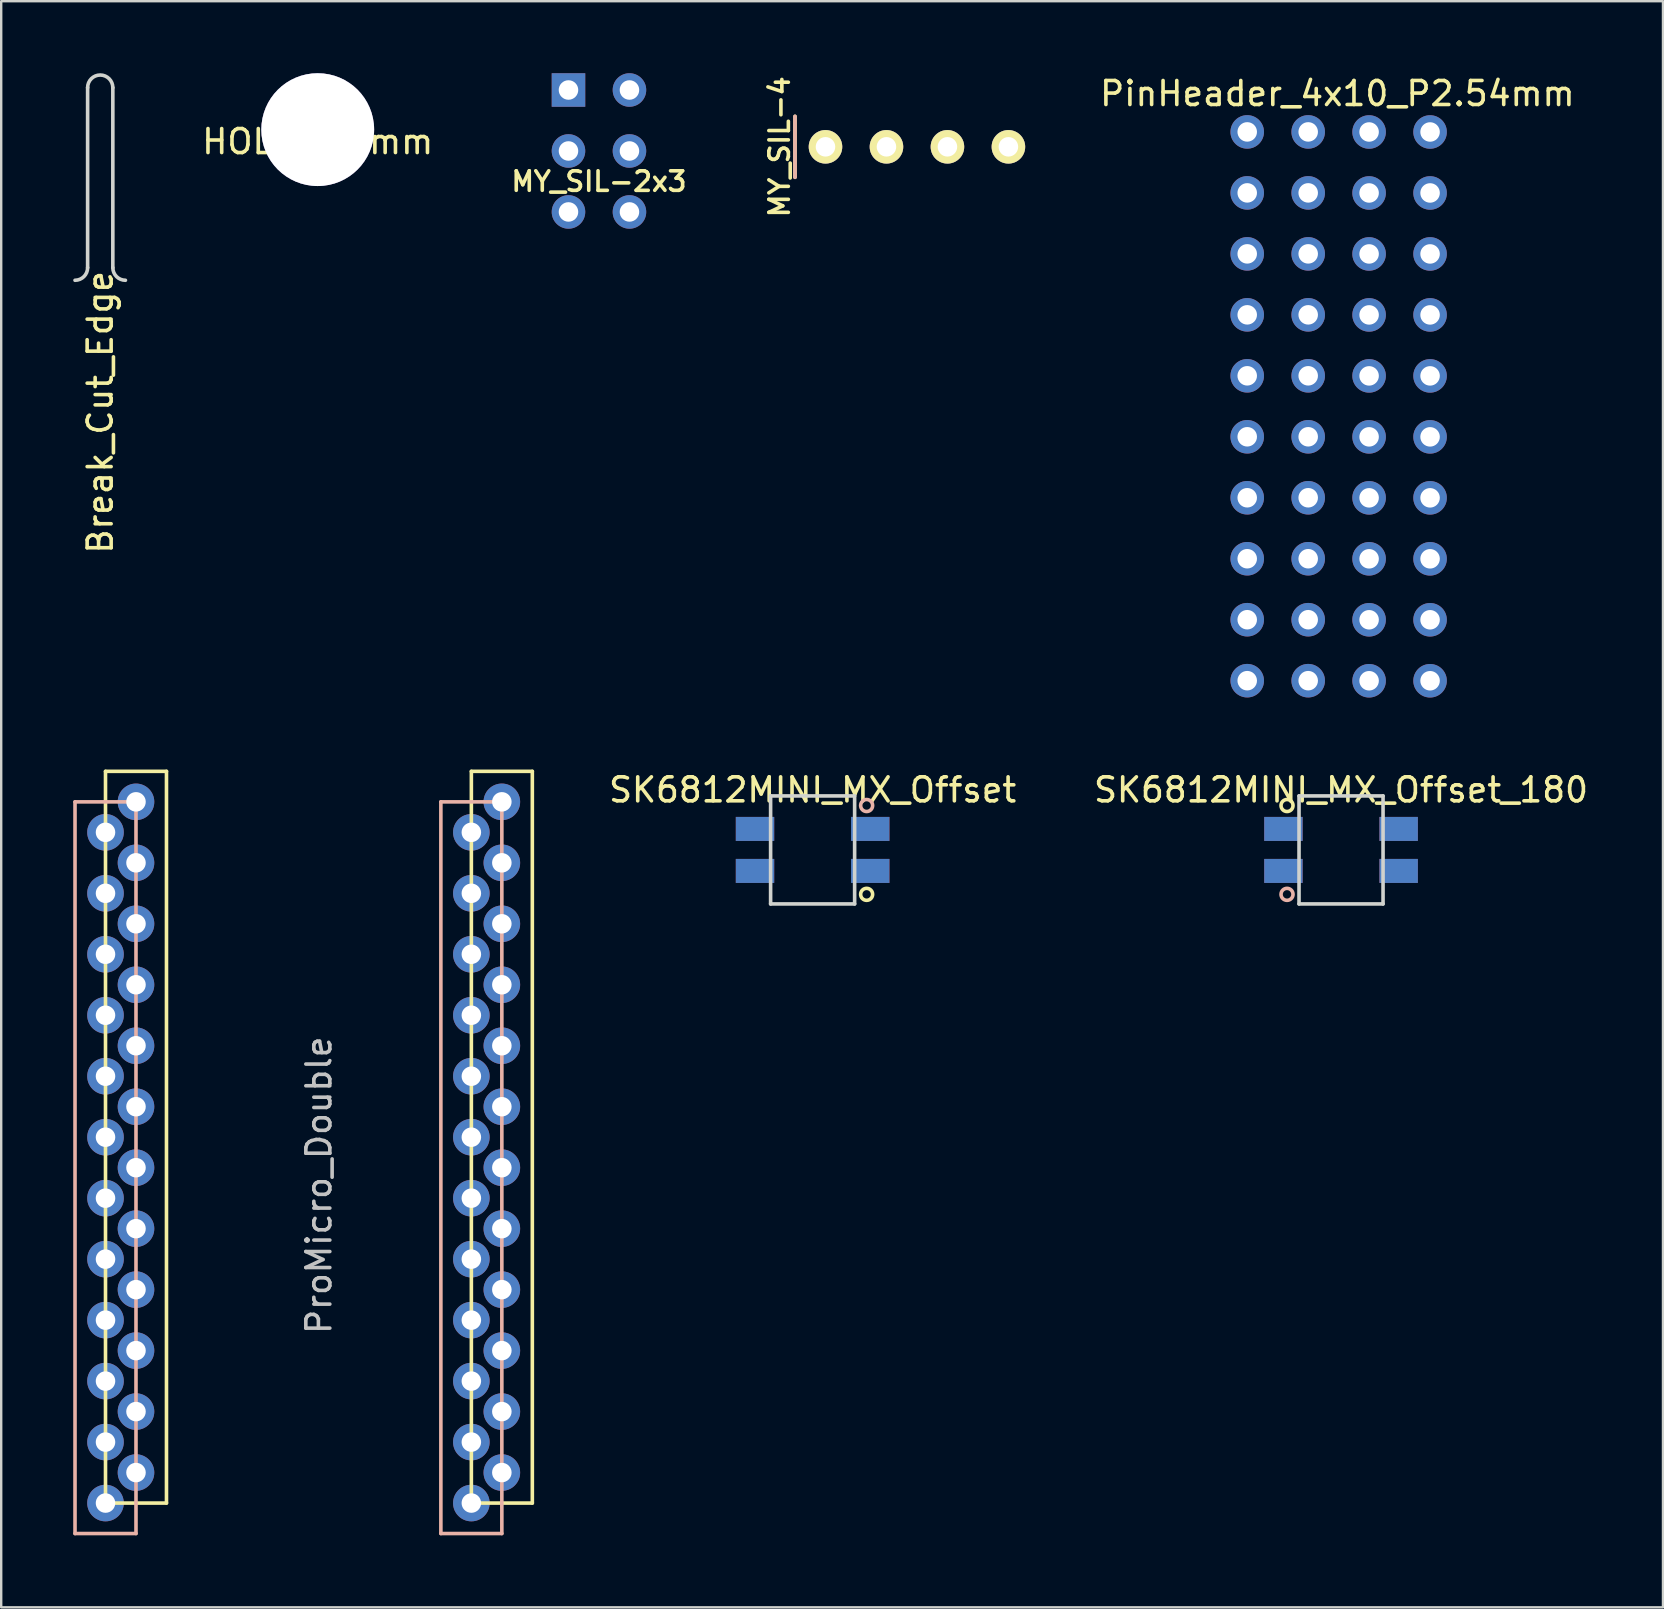
<source format=kicad_pcb>
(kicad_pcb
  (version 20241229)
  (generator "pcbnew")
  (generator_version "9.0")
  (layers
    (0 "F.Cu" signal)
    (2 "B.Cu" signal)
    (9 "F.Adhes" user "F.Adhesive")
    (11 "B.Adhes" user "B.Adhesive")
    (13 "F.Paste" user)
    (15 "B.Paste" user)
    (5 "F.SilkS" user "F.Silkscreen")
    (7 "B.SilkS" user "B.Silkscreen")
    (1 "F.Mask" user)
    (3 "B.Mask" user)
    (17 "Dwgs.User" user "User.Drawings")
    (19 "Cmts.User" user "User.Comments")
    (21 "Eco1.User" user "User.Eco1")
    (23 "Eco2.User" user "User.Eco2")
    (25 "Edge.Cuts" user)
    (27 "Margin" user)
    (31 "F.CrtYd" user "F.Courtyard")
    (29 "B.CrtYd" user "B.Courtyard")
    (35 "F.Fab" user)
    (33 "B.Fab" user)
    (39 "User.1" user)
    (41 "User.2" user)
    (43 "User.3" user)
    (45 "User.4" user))
  (footprint "HOLE_4.7mm"
    (layer "F.Cu")
    (at 10.185 2.35)
    (property "Reference" "HOLE_4.7mm" (at 0 0.5 0) (layer "F.SilkS") (effects (font (size 1 1) (thickness 0.15))))
    (attr through_hole)
    (pad "hole" thru_hole circle (at 0 0) (size 4.7 4.7) (drill 4.7) (layers "*.Cu" "*.Mask")))
  (footprint "Break_Cut_Edge"
    (layer "F.Cu")
    (at 1.125 8.625)
    (property "Reference" "Break_Cut_Edge" (at 0 5.5 90) (layer "F.SilkS") (effects (font (size 1 1) (thickness 0.15))))
    (attr through_hole)
    (fp_line (start -0.525 -8.025) (end -0.525 -0.525) (stroke (width 0.15) (type solid)) (layer "Edge.Cuts"))
    (fp_line (start 0.525 -0.525) (end 0.525 -8.025) (stroke (width 0.15) (type solid)) (layer "Edge.Cuts"))
    (fp_arc (start -0.525 -8.025) (mid 0 -8.55) (end 0.525 -8.025) (stroke (width 0.15) (type solid)) (layer "Edge.Cuts"))
    (fp_arc (start -0.525 -0.525) (mid -0.678769 -0.153769) (end -1.05 0) (stroke (width 0.15) (type solid)) (layer "Edge.Cuts"))
    (fp_arc (start 1.05 0) (mid 0.678769 -0.153769) (end 0.525 -0.525) (stroke (width 0.15) (type solid)) (layer "Edge.Cuts")))
  (footprint "MY_SIL-4"
    (layer "F.Cu")
    (at 31.337 3.066)
    (property "Reference" "MY_SIL-4" (at -1.915 0 90) (layer "F.SilkS") (effects (font (size 0.813 0.813) (thickness 0.15))))
    (attr through_hole)
    (fp_line (start -1.27 1.27) (end -1.27 -1.27) (stroke (width 0.15) (type solid)) (layer "F.SilkS"))
    (fp_line (start -1.27 1.27) (end -1.27 -1.27) (stroke (width 0.15) (type solid)) (layer "B.SilkS"))
    (pad "1" thru_hole circle (at 0 0) (size 1.397 1.397) (drill 0.813) (layers "*.Cu" "*.Mask" "F.SilkS"))
    (pad "2" thru_hole circle (at 2.54 0) (size 1.397 1.397) (drill 0.813) (layers "*.Cu" "*.Mask" "F.SilkS"))
    (pad "3" thru_hole circle (at 5.08 0) (size 1.397 1.397) (drill 0.813) (layers "*.Cu" "*.Mask" "F.SilkS"))
    (pad "4" thru_hole circle (at 7.62 0) (size 1.397 1.397) (drill 0.813) (layers "*.Cu" "*.Mask" "F.SilkS")))
  (footprint "MY_SIL-2x3"
    (layer "F.Cu")
    (at 21.901 3.239)
    (property "Reference" "MY_SIL-2x3" (at 0 1.27 0) (layer "F.SilkS") (effects (font (size 0.813 0.813) (thickness 0.15))))
    (attr through_hole)
    (pad "1" thru_hole rect (at -1.27 -2.54) (size 1.397 1.397) (drill 0.813) (layers "*.Cu" "*.Mask"))
    (pad "2" thru_hole circle (at 1.27 -2.54) (size 1.397 1.397) (drill 0.813) (layers "*.Cu" "*.Mask"))
    (pad "3" thru_hole circle (at -1.27 0) (size 1.397 1.397) (drill 0.813) (layers "*.Cu" "*.Mask"))
    (pad "4" thru_hole circle (at 1.27 0) (size 1.397 1.397) (drill 0.813) (layers "*.Cu" "*.Mask"))
    (pad "5" thru_hole circle (at -1.27 2.54) (size 1.397 1.397) (drill 0.813) (layers "*.Cu" "*.Mask"))
    (pad "6" thru_hole circle (at 1.27 2.54) (size 1.397 1.397) (drill 0.813) (layers "*.Cu" "*.Mask")))
  (footprint "SK6812MINI_MX_Offset"
    (layer "F.Cu")
    (at 30.801 37.356)
    (property "Reference" "SK6812MINI_MX_Offset" (at 0 -7.501 0) (layer "F.SilkS") (effects (font (size 1 1) (thickness 0.15))))
    (attr through_hole)
    (fp_circle (center 2.25 -3.151) (end 2.25 -3.401) (stroke (width 0.15) (type solid)) (fill no) (layer "F.SilkS"))
    (fp_circle (center 2.25 -6.851) (end 2.25 -7.101) (stroke (width 0.15) (type solid)) (fill no) (layer "B.SilkS"))
    (fp_line (start -1.75 -7.251) (end -1.75 -2.751) (stroke (width 0.15) (type solid)) (layer "Edge.Cuts"))
    (fp_line (start -1.75 -7.251) (end 1.75 -7.251) (stroke (width 0.15) (type solid)) (layer "Edge.Cuts"))
    (fp_line (start 1.75 -7.251) (end 1.75 -2.751) (stroke (width 0.15) (type solid)) (layer "Edge.Cuts"))
    (fp_line (start 1.75 -2.751) (end -1.75 -2.751) (stroke (width 0.15) (type solid)) (layer "Edge.Cuts"))
    (pad "1" smd rect (at -2.4 -5.876) (size 1.6 1) (layers "B.Cu" "B.Mask" "B.Paste"))
    (pad "1" smd rect (at -2.4 -4.126) (size 1.6 1) (layers "F.Cu" "F.Mask" "F.Paste"))
    (pad "2" smd rect (at -2.4 -5.876) (size 1.6 1) (layers "F.Cu" "F.Mask" "F.Paste"))
    (pad "2" smd rect (at -2.4 -4.126) (size 1.6 1) (layers "B.Cu" "B.Mask" "B.Paste"))
    (pad "3" smd rect (at 2.4 -5.876) (size 1.6 1) (layers "F.Cu" "F.Mask" "F.Paste"))
    (pad "3" smd rect (at 2.4 -4.126) (size 1.6 1) (layers "B.Cu" "B.Mask" "B.Paste"))
    (pad "4" smd rect (at 2.4 -5.876) (size 1.6 1) (layers "B.Cu" "B.Mask" "B.Paste"))
    (pad "4" smd rect (at 2.4 -4.126) (size 1.6 1) (layers "F.Cu" "F.Mask" "F.Paste")))
  (footprint "ProMicro_Double"
    (layer "F.Cu")
    (at 10.235 44.322)
    (property "Reference" "ProMicro_Double" (at 0 2 270) (layer "Dwgs.User") (effects (font (size 1 1) (thickness 0.15))))
    (attr through_hole)
    (fp_line (start -8.89 -15.24) (end -6.35 -15.24) (stroke (width 0.15) (type solid)) (layer "F.SilkS"))
    (fp_line (start -8.89 15.24) (end -8.89 -15.24) (stroke (width 0.15) (type solid)) (layer "F.SilkS"))
    (fp_line (start -6.35 -15.24) (end -6.35 15.24) (stroke (width 0.15) (type solid)) (layer "F.SilkS"))
    (fp_line (start -6.35 15.24) (end -8.89 15.24) (stroke (width 0.15) (type solid)) (layer "F.SilkS"))
    (fp_line (start 6.35 -15.24) (end 8.89 -15.24) (stroke (width 0.15) (type solid)) (layer "F.SilkS"))
    (fp_line (start 6.35 15.24) (end 6.35 -15.24) (stroke (width 0.15) (type solid)) (layer "F.SilkS"))
    (fp_line (start 8.89 -15.24) (end 8.89 15.24) (stroke (width 0.15) (type solid)) (layer "F.SilkS"))
    (fp_line (start 8.89 15.24) (end 6.35 15.24) (stroke (width 0.15) (type solid)) (layer "F.SilkS"))
    (fp_line (start -10.16 -13.97) (end -7.62 -13.97) (stroke (width 0.15) (type solid)) (layer "B.SilkS"))
    (fp_line (start -10.16 16.51) (end -10.16 -13.97) (stroke (width 0.15) (type solid)) (layer "B.SilkS"))
    (fp_line (start -7.62 -13.97) (end -7.62 16.51) (stroke (width 0.15) (type solid)) (layer "B.SilkS"))
    (fp_line (start -7.62 16.51) (end -10.16 16.51) (stroke (width 0.15) (type solid)) (layer "B.SilkS"))
    (fp_line (start 5.08 -13.97) (end 7.62 -13.97) (stroke (width 0.15) (type solid)) (layer "B.SilkS"))
    (fp_line (start 5.08 16.51) (end 5.08 -13.97) (stroke (width 0.15) (type solid)) (layer "B.SilkS"))
    (fp_line (start 7.62 -13.97) (end 7.62 16.51) (stroke (width 0.15) (type solid)) (layer "B.SilkS"))
    (fp_line (start 7.62 16.51) (end 5.08 16.51) (stroke (width 0.15) (type solid)) (layer "B.SilkS"))
    (pad "1" thru_hole circle (at -8.89 -12.7) (size 1.524 1.524) (drill 0.813) (layers "*.Cu" "*.Mask"))
    (pad "1" thru_hole circle (at 7.62 -13.97) (size 1.524 1.524) (drill 0.813) (layers "*.Cu" "*.Mask"))
    (pad "2" thru_hole circle (at -8.89 -10.16) (size 1.524 1.524) (drill 0.813) (layers "*.Cu" "*.Mask"))
    (pad "2" thru_hole circle (at 7.62 -11.43) (size 1.524 1.524) (drill 0.813) (layers "*.Cu" "*.Mask"))
    (pad "3" thru_hole circle (at -8.89 -7.62) (size 1.524 1.524) (drill 0.813) (layers "*.Cu" "*.Mask"))
    (pad "3" thru_hole circle (at 7.62 -8.89) (size 1.524 1.524) (drill 0.813) (layers "*.Cu" "*.Mask"))
    (pad "4" thru_hole circle (at -8.89 -5.08) (size 1.524 1.524) (drill 0.813) (layers "*.Cu" "*.Mask"))
    (pad "4" thru_hole circle (at 7.62 -6.35) (size 1.524 1.524) (drill 0.813) (layers "*.Cu" "*.Mask"))
    (pad "5" thru_hole circle (at -8.89 -2.54) (size 1.524 1.524) (drill 0.813) (layers "*.Cu" "*.Mask"))
    (pad "5" thru_hole circle (at 7.62 -3.81) (size 1.524 1.524) (drill 0.813) (layers "*.Cu" "*.Mask"))
    (pad "6" thru_hole circle (at -8.89 0) (size 1.524 1.524) (drill 0.813) (layers "*.Cu" "*.Mask"))
    (pad "6" thru_hole circle (at 7.62 -1.27) (size 1.524 1.524) (drill 0.813) (layers "*.Cu" "*.Mask"))
    (pad "7" thru_hole circle (at -8.89 2.54) (size 1.524 1.524) (drill 0.813) (layers "*.Cu" "*.Mask"))
    (pad "7" thru_hole circle (at 7.62 1.27) (size 1.524 1.524) (drill 0.813) (layers "*.Cu" "*.Mask"))
    (pad "8" thru_hole circle (at -8.89 5.08) (size 1.524 1.524) (drill 0.813) (layers "*.Cu" "*.Mask"))
    (pad "8" thru_hole circle (at 7.62 3.81) (size 1.524 1.524) (drill 0.813) (layers "*.Cu" "*.Mask"))
    (pad "9" thru_hole circle (at -8.89 7.62) (size 1.524 1.524) (drill 0.813) (layers "*.Cu" "*.Mask"))
    (pad "9" thru_hole circle (at 7.62 6.35) (size 1.524 1.524) (drill 0.813) (layers "*.Cu" "*.Mask"))
    (pad "10" thru_hole circle (at -8.89 10.16) (size 1.524 1.524) (drill 0.813) (layers "*.Cu" "*.Mask"))
    (pad "10" thru_hole circle (at 7.62 8.89) (size 1.524 1.524) (drill 0.813) (layers "*.Cu" "*.Mask"))
    (pad "11" thru_hole circle (at -8.89 12.7) (size 1.524 1.524) (drill 0.813) (layers "*.Cu" "*.Mask"))
    (pad "11" thru_hole circle (at 7.62 11.43) (size 1.524 1.524) (drill 0.813) (layers "*.Cu" "*.Mask"))
    (pad "12" thru_hole circle (at -8.89 15.24) (size 1.524 1.524) (drill 0.813) (layers "*.Cu" "*.Mask"))
    (pad "12" thru_hole circle (at 7.62 13.97) (size 1.524 1.524) (drill 0.813) (layers "*.Cu" "*.Mask"))
    (pad "13" thru_hole circle (at -7.62 13.97) (size 1.524 1.524) (drill 0.813) (layers "*.Cu" "*.Mask"))
    (pad "13" thru_hole circle (at 6.35 15.24) (size 1.524 1.524) (drill 0.813) (layers "*.Cu" "*.Mask"))
    (pad "14" thru_hole circle (at -7.62 11.43) (size 1.524 1.524) (drill 0.813) (layers "*.Cu" "*.Mask"))
    (pad "14" thru_hole circle (at 6.35 12.7) (size 1.524 1.524) (drill 0.813) (layers "*.Cu" "*.Mask"))
    (pad "15" thru_hole circle (at -7.62 8.89) (size 1.524 1.524) (drill 0.813) (layers "*.Cu" "*.Mask"))
    (pad "15" thru_hole circle (at 6.35 10.16) (size 1.524 1.524) (drill 0.813) (layers "*.Cu" "*.Mask"))
    (pad "16" thru_hole circle (at -7.62 6.35) (size 1.524 1.524) (drill 0.813) (layers "*.Cu" "*.Mask"))
    (pad "16" thru_hole circle (at 6.35 7.62) (size 1.524 1.524) (drill 0.813) (layers "*.Cu" "*.Mask"))
    (pad "17" thru_hole circle (at -7.62 3.81) (size 1.524 1.524) (drill 0.813) (layers "*.Cu" "*.Mask"))
    (pad "17" thru_hole circle (at 6.35 5.08) (size 1.524 1.524) (drill 0.813) (layers "*.Cu" "*.Mask"))
    (pad "18" thru_hole circle (at -7.62 1.27) (size 1.524 1.524) (drill 0.813) (layers "*.Cu" "*.Mask"))
    (pad "18" thru_hole circle (at 6.35 2.54) (size 1.524 1.524) (drill 0.813) (layers "*.Cu" "*.Mask"))
    (pad "19" thru_hole circle (at -7.62 -1.27) (size 1.524 1.524) (drill 0.813) (layers "*.Cu" "*.Mask"))
    (pad "19" thru_hole circle (at 6.35 0) (size 1.524 1.524) (drill 0.813) (layers "*.Cu" "*.Mask"))
    (pad "20" thru_hole circle (at -7.62 -3.81) (size 1.524 1.524) (drill 0.813) (layers "*.Cu" "*.Mask"))
    (pad "20" thru_hole circle (at 6.35 -2.54) (size 1.524 1.524) (drill 0.813) (layers "*.Cu" "*.Mask"))
    (pad "21" thru_hole circle (at -7.62 -6.35) (size 1.524 1.524) (drill 0.813) (layers "*.Cu" "*.Mask"))
    (pad "21" thru_hole circle (at 6.35 -5.08) (size 1.524 1.524) (drill 0.813) (layers "*.Cu" "*.Mask"))
    (pad "22" thru_hole circle (at -7.62 -8.89) (size 1.524 1.524) (drill 0.813) (layers "*.Cu" "*.Mask"))
    (pad "22" thru_hole circle (at 6.35 -7.62) (size 1.524 1.524) (drill 0.813) (layers "*.Cu" "*.Mask"))
    (pad "23" thru_hole circle (at -7.62 -11.43) (size 1.524 1.524) (drill 0.813) (layers "*.Cu" "*.Mask"))
    (pad "23" thru_hole circle (at 6.35 -10.16) (size 1.524 1.524) (drill 0.813) (layers "*.Cu" "*.Mask"))
    (pad "24" thru_hole circle (at -7.62 -13.97) (size 1.524 1.524) (drill 0.813) (layers "*.Cu" "*.Mask"))
    (pad "24" thru_hole circle (at 6.35 -12.7) (size 1.524 1.524) (drill 0.813) (layers "*.Cu" "*.Mask")))
  (footprint "SK6812MINI_MX_Offset_180"
    (layer "F.Cu")
    (at 52.813 37.356)
    (property "Reference" "SK6812MINI_MX_Offset_180" (at 0 -7.501 0) (layer "F.SilkS") (effects (font (size 1 1) (thickness 0.15))))
    (attr through_hole)
    (fp_circle (center -2.25 -6.851) (end -2 -6.851) (stroke (width 0.15) (type solid)) (fill no) (layer "F.SilkS"))
    (fp_circle (center -2.25 -3.151) (end -2 -3.151) (stroke (width 0.15) (type solid)) (fill no) (layer "B.SilkS"))
    (fp_line (start -1.75 -7.251) (end -1.75 -2.751) (stroke (width 0.15) (type solid)) (layer "Edge.Cuts"))
    (fp_line (start -1.75 -7.251) (end 1.75 -7.251) (stroke (width 0.15) (type solid)) (layer "Edge.Cuts"))
    (fp_line (start 1.75 -7.251) (end 1.75 -2.751) (stroke (width 0.15) (type solid)) (layer "Edge.Cuts"))
    (fp_line (start 1.75 -2.751) (end -1.75 -2.751) (stroke (width 0.15) (type solid)) (layer "Edge.Cuts"))
    (pad "1" smd rect (at 2.4 -5.876) (size 1.6 1) (layers "F.Cu" "F.Mask" "F.Paste"))
    (pad "1" smd rect (at 2.4 -4.126) (size 1.6 1) (layers "B.Cu" "B.Mask" "B.Paste"))
    (pad "2" smd rect (at 2.4 -5.876) (size 1.6 1) (layers "B.Cu" "B.Mask" "B.Paste"))
    (pad "2" smd rect (at 2.4 -4.126) (size 1.6 1) (layers "F.Cu" "F.Mask" "F.Paste"))
    (pad "3" smd rect (at -2.4 -5.876) (size 1.6 1) (layers "B.Cu" "B.Mask" "B.Paste"))
    (pad "3" smd rect (at -2.4 -4.126) (size 1.6 1) (layers "F.Cu" "F.Mask" "F.Paste"))
    (pad "4" smd rect (at -2.4 -5.876) (size 1.6 1) (layers "F.Cu" "F.Mask" "F.Paste"))
    (pad "4" smd rect (at -2.4 -4.126) (size 1.6 1) (layers "B.Cu" "B.Mask" "B.Paste")))
  (footprint "PinHeader_4x10_P2.54mm"
    (layer "F.Cu")
    (at 56.522 2.448)
    (property "Reference" "PinHeader_4x10_P2.54mm" (at -3.861 -1.6 180) (layer "F.SilkS") (effects (font (size 1 1) (thickness 0.15))))
    (attr through_hole)
    (pad "1" thru_hole circle (at -7.617 -0.003) (size 1.397 1.397) (drill 0.813) (layers "*.Cu" "*.Mask"))
    (pad "1" thru_hole circle (at -7.617 2.537) (size 1.397 1.397) (drill 0.813) (layers "*.Cu" "*.Mask"))
    (pad "1" thru_hole circle (at -7.617 5.077) (size 1.397 1.397) (drill 0.813) (layers "*.Cu" "*.Mask"))
    (pad "1" thru_hole circle (at -7.617 7.617) (size 1.397 1.397) (drill 0.813) (layers "*.Cu" "*.Mask"))
    (pad "1" thru_hole circle (at -7.617 10.157) (size 1.397 1.397) (drill 0.813) (layers "*.Cu" "*.Mask"))
    (pad "1" thru_hole circle (at -7.617 12.697) (size 1.397 1.397) (drill 0.813) (layers "*.Cu" "*.Mask"))
    (pad "1" thru_hole circle (at -7.617 15.237) (size 1.397 1.397) (drill 0.813) (layers "*.Cu" "*.Mask"))
    (pad "1" thru_hole circle (at -7.617 17.777) (size 1.397 1.397) (drill 0.813) (layers "*.Cu" "*.Mask"))
    (pad "1" thru_hole circle (at -7.617 20.317) (size 1.397 1.397) (drill 0.813) (layers "*.Cu" "*.Mask"))
    (pad "1" thru_hole circle (at -7.617 22.857) (size 1.397 1.397) (drill 0.813) (layers "*.Cu" "*.Mask"))
    (pad "1" thru_hole circle (at -5.077 -0.003) (size 1.397 1.397) (drill 0.813) (layers "*.Cu" "*.Mask"))
    (pad "1" thru_hole circle (at -5.077 2.537) (size 1.397 1.397) (drill 0.813) (layers "*.Cu" "*.Mask"))
    (pad "1" thru_hole circle (at -5.077 5.077) (size 1.397 1.397) (drill 0.813) (layers "*.Cu" "*.Mask"))
    (pad "1" thru_hole circle (at -5.077 7.617) (size 1.397 1.397) (drill 0.813) (layers "*.Cu" "*.Mask"))
    (pad "1" thru_hole circle (at -5.077 10.157) (size 1.397 1.397) (drill 0.813) (layers "*.Cu" "*.Mask"))
    (pad "1" thru_hole circle (at -5.077 12.697) (size 1.397 1.397) (drill 0.813) (layers "*.Cu" "*.Mask"))
    (pad "1" thru_hole circle (at -5.077 15.237) (size 1.397 1.397) (drill 0.813) (layers "*.Cu" "*.Mask"))
    (pad "1" thru_hole circle (at -5.077 17.777) (size 1.397 1.397) (drill 0.813) (layers "*.Cu" "*.Mask"))
    (pad "1" thru_hole circle (at -5.077 20.317) (size 1.397 1.397) (drill 0.813) (layers "*.Cu" "*.Mask"))
    (pad "1" thru_hole circle (at -5.077 22.857) (size 1.397 1.397) (drill 0.813) (layers "*.Cu" "*.Mask"))
    (pad "1" thru_hole circle (at -2.54 0) (size 1.397 1.397) (drill 0.813) (layers "*.Cu" "*.Mask"))
    (pad "1" thru_hole circle (at -2.54 2.54) (size 1.397 1.397) (drill 0.813) (layers "*.Cu" "*.Mask"))
    (pad "1" thru_hole circle (at -2.54 5.08) (size 1.397 1.397) (drill 0.813) (layers "*.Cu" "*.Mask"))
    (pad "1" thru_hole circle (at -2.54 7.62) (size 1.397 1.397) (drill 0.813) (layers "*.Cu" "*.Mask"))
    (pad "1" thru_hole circle (at -2.54 10.16) (size 1.397 1.397) (drill 0.813) (layers "*.Cu" "*.Mask"))
    (pad "1" thru_hole circle (at -2.54 12.7) (size 1.397 1.397) (drill 0.813) (layers "*.Cu" "*.Mask"))
    (pad "1" thru_hole circle (at -2.54 15.24) (size 1.397 1.397) (drill 0.813) (layers "*.Cu" "*.Mask"))
    (pad "1" thru_hole circle (at -2.54 17.78) (size 1.397 1.397) (drill 0.813) (layers "*.Cu" "*.Mask"))
    (pad "1" thru_hole circle (at -2.54 20.32) (size 1.397 1.397) (drill 0.813) (layers "*.Cu" "*.Mask"))
    (pad "1" thru_hole circle (at -2.54 22.86) (size 1.397 1.397) (drill 0.813) (layers "*.Cu" "*.Mask"))
    (pad "1" thru_hole circle (at 0 0) (size 1.397 1.397) (drill 0.813) (layers "*.Cu" "*.Mask"))
    (pad "1" thru_hole circle (at 0 2.54) (size 1.397 1.397) (drill 0.813) (layers "*.Cu" "*.Mask"))
    (pad "1" thru_hole circle (at 0 5.08) (size 1.397 1.397) (drill 0.813) (layers "*.Cu" "*.Mask"))
    (pad "1" thru_hole circle (at 0 7.62) (size 1.397 1.397) (drill 0.813) (layers "*.Cu" "*.Mask"))
    (pad "1" thru_hole circle (at 0 10.16) (size 1.397 1.397) (drill 0.813) (layers "*.Cu" "*.Mask"))
    (pad "1" thru_hole circle (at 0 12.7) (size 1.397 1.397) (drill 0.813) (layers "*.Cu" "*.Mask"))
    (pad "1" thru_hole circle (at 0 15.24) (size 1.397 1.397) (drill 0.813) (layers "*.Cu" "*.Mask"))
    (pad "1" thru_hole circle (at 0 17.78) (size 1.397 1.397) (drill 0.813) (layers "*.Cu" "*.Mask"))
    (pad "1" thru_hole circle (at 0 20.32) (size 1.397 1.397) (drill 0.813) (layers "*.Cu" "*.Mask"))
    (pad "1" thru_hole circle (at 0 22.86) (size 1.397 1.397) (drill 0.813) (layers "*.Cu" "*.Mask")))
  (gr_rect
    (start -3 -3)
    (end 66.224 63.907)
    (stroke (width 0.1) (type default))
    (fill no)
    (layer "Edge.Cuts")))
</source>
